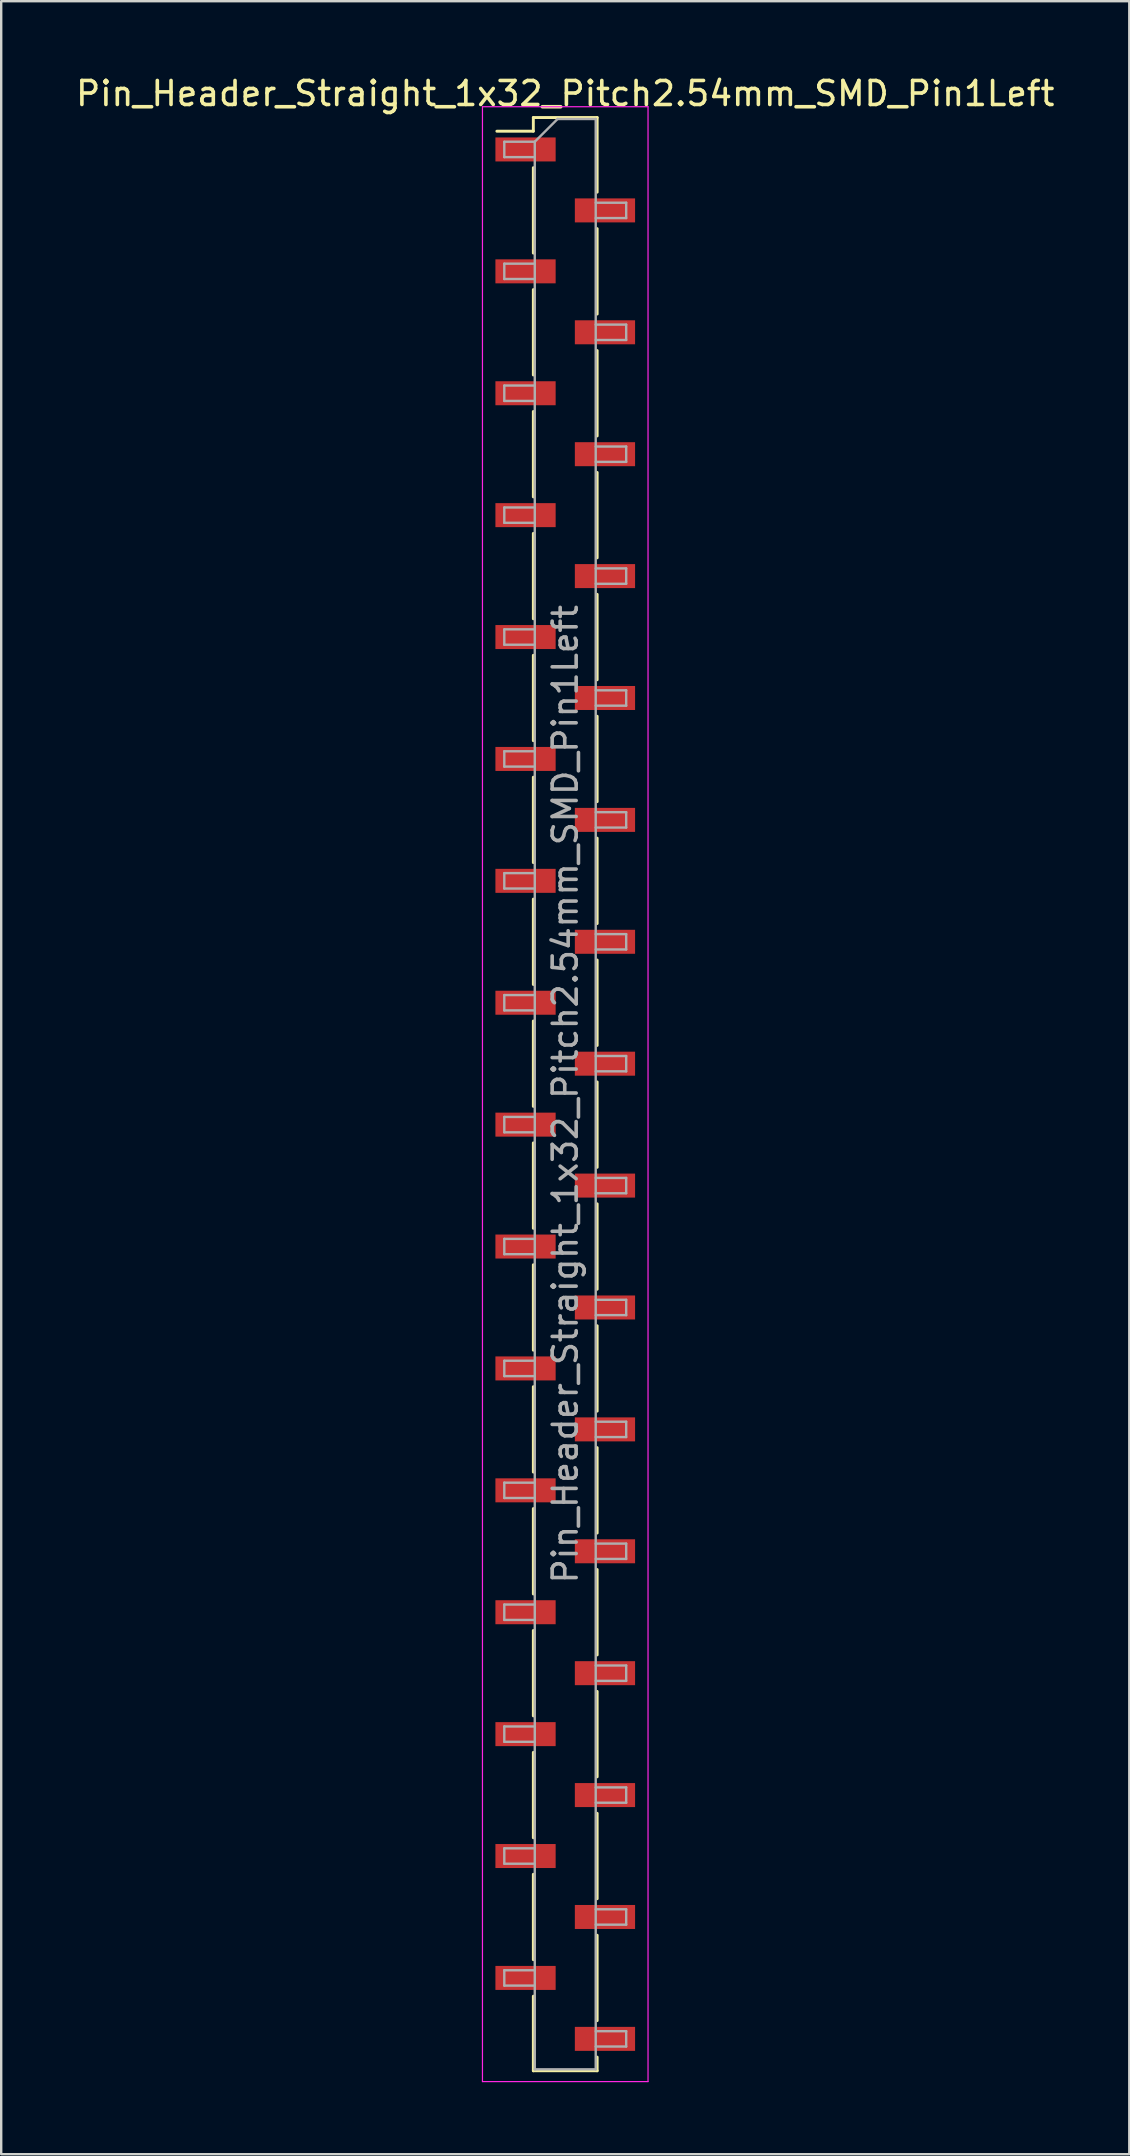
<source format=kicad_pcb>
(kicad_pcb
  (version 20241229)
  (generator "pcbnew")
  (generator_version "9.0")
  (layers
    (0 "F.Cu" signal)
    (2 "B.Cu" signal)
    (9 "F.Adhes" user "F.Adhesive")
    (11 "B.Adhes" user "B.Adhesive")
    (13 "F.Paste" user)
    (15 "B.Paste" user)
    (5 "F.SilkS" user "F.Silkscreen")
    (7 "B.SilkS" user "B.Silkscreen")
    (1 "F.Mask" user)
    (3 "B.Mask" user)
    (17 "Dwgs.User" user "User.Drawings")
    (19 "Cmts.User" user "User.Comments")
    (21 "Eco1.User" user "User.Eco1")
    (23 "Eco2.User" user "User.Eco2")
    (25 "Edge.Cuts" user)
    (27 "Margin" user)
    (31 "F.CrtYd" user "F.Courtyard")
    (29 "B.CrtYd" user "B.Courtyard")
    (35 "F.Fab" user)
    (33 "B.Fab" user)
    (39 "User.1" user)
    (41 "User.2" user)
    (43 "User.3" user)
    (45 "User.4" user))
  (footprint "Pin_Header_Straight_1x32_Pitch2.54mm_SMD_Pin1Left"
    (layer "F.Cu")
    (at 20.506 42.548)
    (property "Reference" "Pin_Header_Straight_1x32_Pitch2.54mm_SMD_Pin1Left" (at 0 -41.7 0) (layer "F.SilkS") (effects (font (size 1 1) (thickness 0.15))))
    (attr smd)
    (fp_line (start -1.33 -40.7) (end -1.33 -40.13) (stroke (width 0.12) (type solid)) (layer "F.SilkS"))
    (fp_line (start -1.33 -40.7) (end 1.33 -40.7) (stroke (width 0.12) (type solid)) (layer "F.SilkS"))
    (fp_line (start -1.33 -40.13) (end -2.85 -40.13) (stroke (width 0.12) (type solid)) (layer "F.SilkS"))
    (fp_line (start -1.33 -38.61) (end -1.33 -35.05) (stroke (width 0.12) (type solid)) (layer "F.SilkS"))
    (fp_line (start -1.33 -33.53) (end -1.33 -29.97) (stroke (width 0.12) (type solid)) (layer "F.SilkS"))
    (fp_line (start -1.33 -28.45) (end -1.33 -24.89) (stroke (width 0.12) (type solid)) (layer "F.SilkS"))
    (fp_line (start -1.33 -23.37) (end -1.33 -19.81) (stroke (width 0.12) (type solid)) (layer "F.SilkS"))
    (fp_line (start -1.33 -18.29) (end -1.33 -14.73) (stroke (width 0.12) (type solid)) (layer "F.SilkS"))
    (fp_line (start -1.33 -13.21) (end -1.33 -9.65) (stroke (width 0.12) (type solid)) (layer "F.SilkS"))
    (fp_line (start -1.33 -8.13) (end -1.33 -4.57) (stroke (width 0.12) (type solid)) (layer "F.SilkS"))
    (fp_line (start -1.33 -3.05) (end -1.33 0.51) (stroke (width 0.12) (type solid)) (layer "F.SilkS"))
    (fp_line (start -1.33 2.03) (end -1.33 5.59) (stroke (width 0.12) (type solid)) (layer "F.SilkS"))
    (fp_line (start -1.33 7.11) (end -1.33 10.67) (stroke (width 0.12) (type solid)) (layer "F.SilkS"))
    (fp_line (start -1.33 12.19) (end -1.33 15.75) (stroke (width 0.12) (type solid)) (layer "F.SilkS"))
    (fp_line (start -1.33 17.27) (end -1.33 20.83) (stroke (width 0.12) (type solid)) (layer "F.SilkS"))
    (fp_line (start -1.33 22.35) (end -1.33 25.91) (stroke (width 0.12) (type solid)) (layer "F.SilkS"))
    (fp_line (start -1.33 27.43) (end -1.33 30.99) (stroke (width 0.12) (type solid)) (layer "F.SilkS"))
    (fp_line (start -1.33 32.51) (end -1.33 36.07) (stroke (width 0.12) (type solid)) (layer "F.SilkS"))
    (fp_line (start -1.33 37.59) (end -1.33 40.7) (stroke (width 0.12) (type solid)) (layer "F.SilkS"))
    (fp_line (start -1.33 40.7) (end 1.33 40.7) (stroke (width 0.12) (type solid)) (layer "F.SilkS"))
    (fp_line (start 1.33 -40.7) (end 1.33 -37.59) (stroke (width 0.12) (type solid)) (layer "F.SilkS"))
    (fp_line (start 1.33 -36.07) (end 1.33 -32.51) (stroke (width 0.12) (type solid)) (layer "F.SilkS"))
    (fp_line (start 1.33 -30.99) (end 1.33 -27.43) (stroke (width 0.12) (type solid)) (layer "F.SilkS"))
    (fp_line (start 1.33 -25.91) (end 1.33 -22.35) (stroke (width 0.12) (type solid)) (layer "F.SilkS"))
    (fp_line (start 1.33 -20.83) (end 1.33 -17.27) (stroke (width 0.12) (type solid)) (layer "F.SilkS"))
    (fp_line (start 1.33 -15.75) (end 1.33 -12.19) (stroke (width 0.12) (type solid)) (layer "F.SilkS"))
    (fp_line (start 1.33 -10.67) (end 1.33 -7.11) (stroke (width 0.12) (type solid)) (layer "F.SilkS"))
    (fp_line (start 1.33 -5.59) (end 1.33 -2.03) (stroke (width 0.12) (type solid)) (layer "F.SilkS"))
    (fp_line (start 1.33 -0.51) (end 1.33 3.05) (stroke (width 0.12) (type solid)) (layer "F.SilkS"))
    (fp_line (start 1.33 4.57) (end 1.33 8.13) (stroke (width 0.12) (type solid)) (layer "F.SilkS"))
    (fp_line (start 1.33 9.65) (end 1.33 13.21) (stroke (width 0.12) (type solid)) (layer "F.SilkS"))
    (fp_line (start 1.33 14.73) (end 1.33 18.29) (stroke (width 0.12) (type solid)) (layer "F.SilkS"))
    (fp_line (start 1.33 19.81) (end 1.33 23.37) (stroke (width 0.12) (type solid)) (layer "F.SilkS"))
    (fp_line (start 1.33 24.89) (end 1.33 28.45) (stroke (width 0.12) (type solid)) (layer "F.SilkS"))
    (fp_line (start 1.33 29.97) (end 1.33 33.53) (stroke (width 0.12) (type solid)) (layer "F.SilkS"))
    (fp_line (start 1.33 35.05) (end 1.33 38.61) (stroke (width 0.12) (type solid)) (layer "F.SilkS"))
    (fp_line (start 1.33 40.13) (end 1.33 40.7) (stroke (width 0.12) (type solid)) (layer "F.SilkS"))
    (fp_line (start -3.45 -41.15) (end -3.45 41.15) (stroke (width 0.05) (type solid)) (layer "F.CrtYd"))
    (fp_line (start -3.45 41.15) (end 3.45 41.15) (stroke (width 0.05) (type solid)) (layer "F.CrtYd"))
    (fp_line (start 3.45 -41.15) (end -3.45 -41.15) (stroke (width 0.05) (type solid)) (layer "F.CrtYd"))
    (fp_line (start 3.45 41.15) (end 3.45 -41.15) (stroke (width 0.05) (type solid)) (layer "F.CrtYd"))
    (fp_line (start -2.54 -39.69) (end -2.54 -39.05) (stroke (width 0.1) (type solid)) (layer "F.Fab"))
    (fp_line (start -2.54 -39.05) (end -1.27 -39.05) (stroke (width 0.1) (type solid)) (layer "F.Fab"))
    (fp_line (start -2.54 -34.61) (end -2.54 -33.97) (stroke (width 0.1) (type solid)) (layer "F.Fab"))
    (fp_line (start -2.54 -33.97) (end -1.27 -33.97) (stroke (width 0.1) (type solid)) (layer "F.Fab"))
    (fp_line (start -2.54 -29.53) (end -2.54 -28.89) (stroke (width 0.1) (type solid)) (layer "F.Fab"))
    (fp_line (start -2.54 -28.89) (end -1.27 -28.89) (stroke (width 0.1) (type solid)) (layer "F.Fab"))
    (fp_line (start -2.54 -24.45) (end -2.54 -23.81) (stroke (width 0.1) (type solid)) (layer "F.Fab"))
    (fp_line (start -2.54 -23.81) (end -1.27 -23.81) (stroke (width 0.1) (type solid)) (layer "F.Fab"))
    (fp_line (start -2.54 -19.37) (end -2.54 -18.73) (stroke (width 0.1) (type solid)) (layer "F.Fab"))
    (fp_line (start -2.54 -18.73) (end -1.27 -18.73) (stroke (width 0.1) (type solid)) (layer "F.Fab"))
    (fp_line (start -2.54 -14.29) (end -2.54 -13.65) (stroke (width 0.1) (type solid)) (layer "F.Fab"))
    (fp_line (start -2.54 -13.65) (end -1.27 -13.65) (stroke (width 0.1) (type solid)) (layer "F.Fab"))
    (fp_line (start -2.54 -9.21) (end -2.54 -8.57) (stroke (width 0.1) (type solid)) (layer "F.Fab"))
    (fp_line (start -2.54 -8.57) (end -1.27 -8.57) (stroke (width 0.1) (type solid)) (layer "F.Fab"))
    (fp_line (start -2.54 -4.13) (end -2.54 -3.49) (stroke (width 0.1) (type solid)) (layer "F.Fab"))
    (fp_line (start -2.54 -3.49) (end -1.27 -3.49) (stroke (width 0.1) (type solid)) (layer "F.Fab"))
    (fp_line (start -2.54 0.95) (end -2.54 1.59) (stroke (width 0.1) (type solid)) (layer "F.Fab"))
    (fp_line (start -2.54 1.59) (end -1.27 1.59) (stroke (width 0.1) (type solid)) (layer "F.Fab"))
    (fp_line (start -2.54 6.03) (end -2.54 6.67) (stroke (width 0.1) (type solid)) (layer "F.Fab"))
    (fp_line (start -2.54 6.67) (end -1.27 6.67) (stroke (width 0.1) (type solid)) (layer "F.Fab"))
    (fp_line (start -2.54 11.11) (end -2.54 11.75) (stroke (width 0.1) (type solid)) (layer "F.Fab"))
    (fp_line (start -2.54 11.75) (end -1.27 11.75) (stroke (width 0.1) (type solid)) (layer "F.Fab"))
    (fp_line (start -2.54 16.19) (end -2.54 16.83) (stroke (width 0.1) (type solid)) (layer "F.Fab"))
    (fp_line (start -2.54 16.83) (end -1.27 16.83) (stroke (width 0.1) (type solid)) (layer "F.Fab"))
    (fp_line (start -2.54 21.27) (end -2.54 21.91) (stroke (width 0.1) (type solid)) (layer "F.Fab"))
    (fp_line (start -2.54 21.91) (end -1.27 21.91) (stroke (width 0.1) (type solid)) (layer "F.Fab"))
    (fp_line (start -2.54 26.35) (end -2.54 26.99) (stroke (width 0.1) (type solid)) (layer "F.Fab"))
    (fp_line (start -2.54 26.99) (end -1.27 26.99) (stroke (width 0.1) (type solid)) (layer "F.Fab"))
    (fp_line (start -2.54 31.43) (end -2.54 32.07) (stroke (width 0.1) (type solid)) (layer "F.Fab"))
    (fp_line (start -2.54 32.07) (end -1.27 32.07) (stroke (width 0.1) (type solid)) (layer "F.Fab"))
    (fp_line (start -2.54 36.51) (end -2.54 37.15) (stroke (width 0.1) (type solid)) (layer "F.Fab"))
    (fp_line (start -2.54 37.15) (end -1.27 37.15) (stroke (width 0.1) (type solid)) (layer "F.Fab"))
    (fp_line (start -1.27 -39.69) (end -2.54 -39.69) (stroke (width 0.1) (type solid)) (layer "F.Fab"))
    (fp_line (start -1.27 -39.69) (end -0.32 -40.64) (stroke (width 0.1) (type solid)) (layer "F.Fab"))
    (fp_line (start -1.27 -34.61) (end -2.54 -34.61) (stroke (width 0.1) (type solid)) (layer "F.Fab"))
    (fp_line (start -1.27 -29.53) (end -2.54 -29.53) (stroke (width 0.1) (type solid)) (layer "F.Fab"))
    (fp_line (start -1.27 -24.45) (end -2.54 -24.45) (stroke (width 0.1) (type solid)) (layer "F.Fab"))
    (fp_line (start -1.27 -19.37) (end -2.54 -19.37) (stroke (width 0.1) (type solid)) (layer "F.Fab"))
    (fp_line (start -1.27 -14.29) (end -2.54 -14.29) (stroke (width 0.1) (type solid)) (layer "F.Fab"))
    (fp_line (start -1.27 -9.21) (end -2.54 -9.21) (stroke (width 0.1) (type solid)) (layer "F.Fab"))
    (fp_line (start -1.27 -4.13) (end -2.54 -4.13) (stroke (width 0.1) (type solid)) (layer "F.Fab"))
    (fp_line (start -1.27 0.95) (end -2.54 0.95) (stroke (width 0.1) (type solid)) (layer "F.Fab"))
    (fp_line (start -1.27 6.03) (end -2.54 6.03) (stroke (width 0.1) (type solid)) (layer "F.Fab"))
    (fp_line (start -1.27 11.11) (end -2.54 11.11) (stroke (width 0.1) (type solid)) (layer "F.Fab"))
    (fp_line (start -1.27 16.19) (end -2.54 16.19) (stroke (width 0.1) (type solid)) (layer "F.Fab"))
    (fp_line (start -1.27 21.27) (end -2.54 21.27) (stroke (width 0.1) (type solid)) (layer "F.Fab"))
    (fp_line (start -1.27 26.35) (end -2.54 26.35) (stroke (width 0.1) (type solid)) (layer "F.Fab"))
    (fp_line (start -1.27 31.43) (end -2.54 31.43) (stroke (width 0.1) (type solid)) (layer "F.Fab"))
    (fp_line (start -1.27 36.51) (end -2.54 36.51) (stroke (width 0.1) (type solid)) (layer "F.Fab"))
    (fp_line (start -1.27 40.64) (end -1.27 -39.69) (stroke (width 0.1) (type solid)) (layer "F.Fab"))
    (fp_line (start -0.32 -40.64) (end 1.27 -40.64) (stroke (width 0.1) (type solid)) (layer "F.Fab"))
    (fp_line (start 1.27 -40.64) (end 1.27 40.64) (stroke (width 0.1) (type solid)) (layer "F.Fab"))
    (fp_line (start 1.27 -37.15) (end 2.54 -37.15) (stroke (width 0.1) (type solid)) (layer "F.Fab"))
    (fp_line (start 1.27 -32.07) (end 2.54 -32.07) (stroke (width 0.1) (type solid)) (layer "F.Fab"))
    (fp_line (start 1.27 -26.99) (end 2.54 -26.99) (stroke (width 0.1) (type solid)) (layer "F.Fab"))
    (fp_line (start 1.27 -21.91) (end 2.54 -21.91) (stroke (width 0.1) (type solid)) (layer "F.Fab"))
    (fp_line (start 1.27 -16.83) (end 2.54 -16.83) (stroke (width 0.1) (type solid)) (layer "F.Fab"))
    (fp_line (start 1.27 -11.75) (end 2.54 -11.75) (stroke (width 0.1) (type solid)) (layer "F.Fab"))
    (fp_line (start 1.27 -6.67) (end 2.54 -6.67) (stroke (width 0.1) (type solid)) (layer "F.Fab"))
    (fp_line (start 1.27 -1.59) (end 2.54 -1.59) (stroke (width 0.1) (type solid)) (layer "F.Fab"))
    (fp_line (start 1.27 3.49) (end 2.54 3.49) (stroke (width 0.1) (type solid)) (layer "F.Fab"))
    (fp_line (start 1.27 8.57) (end 2.54 8.57) (stroke (width 0.1) (type solid)) (layer "F.Fab"))
    (fp_line (start 1.27 13.65) (end 2.54 13.65) (stroke (width 0.1) (type solid)) (layer "F.Fab"))
    (fp_line (start 1.27 18.73) (end 2.54 18.73) (stroke (width 0.1) (type solid)) (layer "F.Fab"))
    (fp_line (start 1.27 23.81) (end 2.54 23.81) (stroke (width 0.1) (type solid)) (layer "F.Fab"))
    (fp_line (start 1.27 28.89) (end 2.54 28.89) (stroke (width 0.1) (type solid)) (layer "F.Fab"))
    (fp_line (start 1.27 33.97) (end 2.54 33.97) (stroke (width 0.1) (type solid)) (layer "F.Fab"))
    (fp_line (start 1.27 39.05) (end 2.54 39.05) (stroke (width 0.1) (type solid)) (layer "F.Fab"))
    (fp_line (start 1.27 40.64) (end -1.27 40.64) (stroke (width 0.1) (type solid)) (layer "F.Fab"))
    (fp_line (start 2.54 -37.15) (end 2.54 -36.51) (stroke (width 0.1) (type solid)) (layer "F.Fab"))
    (fp_line (start 2.54 -36.51) (end 1.27 -36.51) (stroke (width 0.1) (type solid)) (layer "F.Fab"))
    (fp_line (start 2.54 -32.07) (end 2.54 -31.43) (stroke (width 0.1) (type solid)) (layer "F.Fab"))
    (fp_line (start 2.54 -31.43) (end 1.27 -31.43) (stroke (width 0.1) (type solid)) (layer "F.Fab"))
    (fp_line (start 2.54 -26.99) (end 2.54 -26.35) (stroke (width 0.1) (type solid)) (layer "F.Fab"))
    (fp_line (start 2.54 -26.35) (end 1.27 -26.35) (stroke (width 0.1) (type solid)) (layer "F.Fab"))
    (fp_line (start 2.54 -21.91) (end 2.54 -21.27) (stroke (width 0.1) (type solid)) (layer "F.Fab"))
    (fp_line (start 2.54 -21.27) (end 1.27 -21.27) (stroke (width 0.1) (type solid)) (layer "F.Fab"))
    (fp_line (start 2.54 -16.83) (end 2.54 -16.19) (stroke (width 0.1) (type solid)) (layer "F.Fab"))
    (fp_line (start 2.54 -16.19) (end 1.27 -16.19) (stroke (width 0.1) (type solid)) (layer "F.Fab"))
    (fp_line (start 2.54 -11.75) (end 2.54 -11.11) (stroke (width 0.1) (type solid)) (layer "F.Fab"))
    (fp_line (start 2.54 -11.11) (end 1.27 -11.11) (stroke (width 0.1) (type solid)) (layer "F.Fab"))
    (fp_line (start 2.54 -6.67) (end 2.54 -6.03) (stroke (width 0.1) (type solid)) (layer "F.Fab"))
    (fp_line (start 2.54 -6.03) (end 1.27 -6.03) (stroke (width 0.1) (type solid)) (layer "F.Fab"))
    (fp_line (start 2.54 -1.59) (end 2.54 -0.95) (stroke (width 0.1) (type solid)) (layer "F.Fab"))
    (fp_line (start 2.54 -0.95) (end 1.27 -0.95) (stroke (width 0.1) (type solid)) (layer "F.Fab"))
    (fp_line (start 2.54 3.49) (end 2.54 4.13) (stroke (width 0.1) (type solid)) (layer "F.Fab"))
    (fp_line (start 2.54 4.13) (end 1.27 4.13) (stroke (width 0.1) (type solid)) (layer "F.Fab"))
    (fp_line (start 2.54 8.57) (end 2.54 9.21) (stroke (width 0.1) (type solid)) (layer "F.Fab"))
    (fp_line (start 2.54 9.21) (end 1.27 9.21) (stroke (width 0.1) (type solid)) (layer "F.Fab"))
    (fp_line (start 2.54 13.65) (end 2.54 14.29) (stroke (width 0.1) (type solid)) (layer "F.Fab"))
    (fp_line (start 2.54 14.29) (end 1.27 14.29) (stroke (width 0.1) (type solid)) (layer "F.Fab"))
    (fp_line (start 2.54 18.73) (end 2.54 19.37) (stroke (width 0.1) (type solid)) (layer "F.Fab"))
    (fp_line (start 2.54 19.37) (end 1.27 19.37) (stroke (width 0.1) (type solid)) (layer "F.Fab"))
    (fp_line (start 2.54 23.81) (end 2.54 24.45) (stroke (width 0.1) (type solid)) (layer "F.Fab"))
    (fp_line (start 2.54 24.45) (end 1.27 24.45) (stroke (width 0.1) (type solid)) (layer "F.Fab"))
    (fp_line (start 2.54 28.89) (end 2.54 29.53) (stroke (width 0.1) (type solid)) (layer "F.Fab"))
    (fp_line (start 2.54 29.53) (end 1.27 29.53) (stroke (width 0.1) (type solid)) (layer "F.Fab"))
    (fp_line (start 2.54 33.97) (end 2.54 34.61) (stroke (width 0.1) (type solid)) (layer "F.Fab"))
    (fp_line (start 2.54 34.61) (end 1.27 34.61) (stroke (width 0.1) (type solid)) (layer "F.Fab"))
    (fp_line (start 2.54 39.05) (end 2.54 39.69) (stroke (width 0.1) (type solid)) (layer "F.Fab"))
    (fp_line (start 2.54 39.69) (end 1.27 39.69) (stroke (width 0.1) (type solid)) (layer "F.Fab"))
    (fp_text user "${REFERENCE}" (at 0 0 90) (layer "F.Fab") (effects (font (size 1 1) (thickness 0.15))))
    (pad "1" smd rect (at -1.655 -39.37) (size 2.51 1) (layers "F.Cu" "F.Mask" "F.Paste"))
    (pad "2" smd rect (at 1.655 -36.83) (size 2.51 1) (layers "F.Cu" "F.Mask" "F.Paste"))
    (pad "3" smd rect (at -1.655 -34.29) (size 2.51 1) (layers "F.Cu" "F.Mask" "F.Paste"))
    (pad "4" smd rect (at 1.655 -31.75) (size 2.51 1) (layers "F.Cu" "F.Mask" "F.Paste"))
    (pad "5" smd rect (at -1.655 -29.21) (size 2.51 1) (layers "F.Cu" "F.Mask" "F.Paste"))
    (pad "6" smd rect (at 1.655 -26.67) (size 2.51 1) (layers "F.Cu" "F.Mask" "F.Paste"))
    (pad "7" smd rect (at -1.655 -24.13) (size 2.51 1) (layers "F.Cu" "F.Mask" "F.Paste"))
    (pad "8" smd rect (at 1.655 -21.59) (size 2.51 1) (layers "F.Cu" "F.Mask" "F.Paste"))
    (pad "9" smd rect (at -1.655 -19.05) (size 2.51 1) (layers "F.Cu" "F.Mask" "F.Paste"))
    (pad "10" smd rect (at 1.655 -16.51) (size 2.51 1) (layers "F.Cu" "F.Mask" "F.Paste"))
    (pad "11" smd rect (at -1.655 -13.97) (size 2.51 1) (layers "F.Cu" "F.Mask" "F.Paste"))
    (pad "12" smd rect (at 1.655 -11.43) (size 2.51 1) (layers "F.Cu" "F.Mask" "F.Paste"))
    (pad "13" smd rect (at -1.655 -8.89) (size 2.51 1) (layers "F.Cu" "F.Mask" "F.Paste"))
    (pad "14" smd rect (at 1.655 -6.35) (size 2.51 1) (layers "F.Cu" "F.Mask" "F.Paste"))
    (pad "15" smd rect (at -1.655 -3.81) (size 2.51 1) (layers "F.Cu" "F.Mask" "F.Paste"))
    (pad "16" smd rect (at 1.655 -1.27) (size 2.51 1) (layers "F.Cu" "F.Mask" "F.Paste"))
    (pad "17" smd rect (at -1.655 1.27) (size 2.51 1) (layers "F.Cu" "F.Mask" "F.Paste"))
    (pad "18" smd rect (at 1.655 3.81) (size 2.51 1) (layers "F.Cu" "F.Mask" "F.Paste"))
    (pad "19" smd rect (at -1.655 6.35) (size 2.51 1) (layers "F.Cu" "F.Mask" "F.Paste"))
    (pad "20" smd rect (at 1.655 8.89) (size 2.51 1) (layers "F.Cu" "F.Mask" "F.Paste"))
    (pad "21" smd rect (at -1.655 11.43) (size 2.51 1) (layers "F.Cu" "F.Mask" "F.Paste"))
    (pad "22" smd rect (at 1.655 13.97) (size 2.51 1) (layers "F.Cu" "F.Mask" "F.Paste"))
    (pad "23" smd rect (at -1.655 16.51) (size 2.51 1) (layers "F.Cu" "F.Mask" "F.Paste"))
    (pad "24" smd rect (at 1.655 19.05) (size 2.51 1) (layers "F.Cu" "F.Mask" "F.Paste"))
    (pad "25" smd rect (at -1.655 21.59) (size 2.51 1) (layers "F.Cu" "F.Mask" "F.Paste"))
    (pad "26" smd rect (at 1.655 24.13) (size 2.51 1) (layers "F.Cu" "F.Mask" "F.Paste"))
    (pad "27" smd rect (at -1.655 26.67) (size 2.51 1) (layers "F.Cu" "F.Mask" "F.Paste"))
    (pad "28" smd rect (at 1.655 29.21) (size 2.51 1) (layers "F.Cu" "F.Mask" "F.Paste"))
    (pad "29" smd rect (at -1.655 31.75) (size 2.51 1) (layers "F.Cu" "F.Mask" "F.Paste"))
    (pad "30" smd rect (at 1.655 34.29) (size 2.51 1) (layers "F.Cu" "F.Mask" "F.Paste"))
    (pad "31" smd rect (at -1.655 36.83) (size 2.51 1) (layers "F.Cu" "F.Mask" "F.Paste"))
    (pad "32" smd rect (at 1.655 39.37) (size 2.51 1) (layers "F.Cu" "F.Mask" "F.Paste")))
  (gr_rect
    (start -3 -3)
    (end 44.012 86.723)
    (stroke (width 0.1) (type default))
    (fill no)
    (layer "Edge.Cuts")))
</source>
